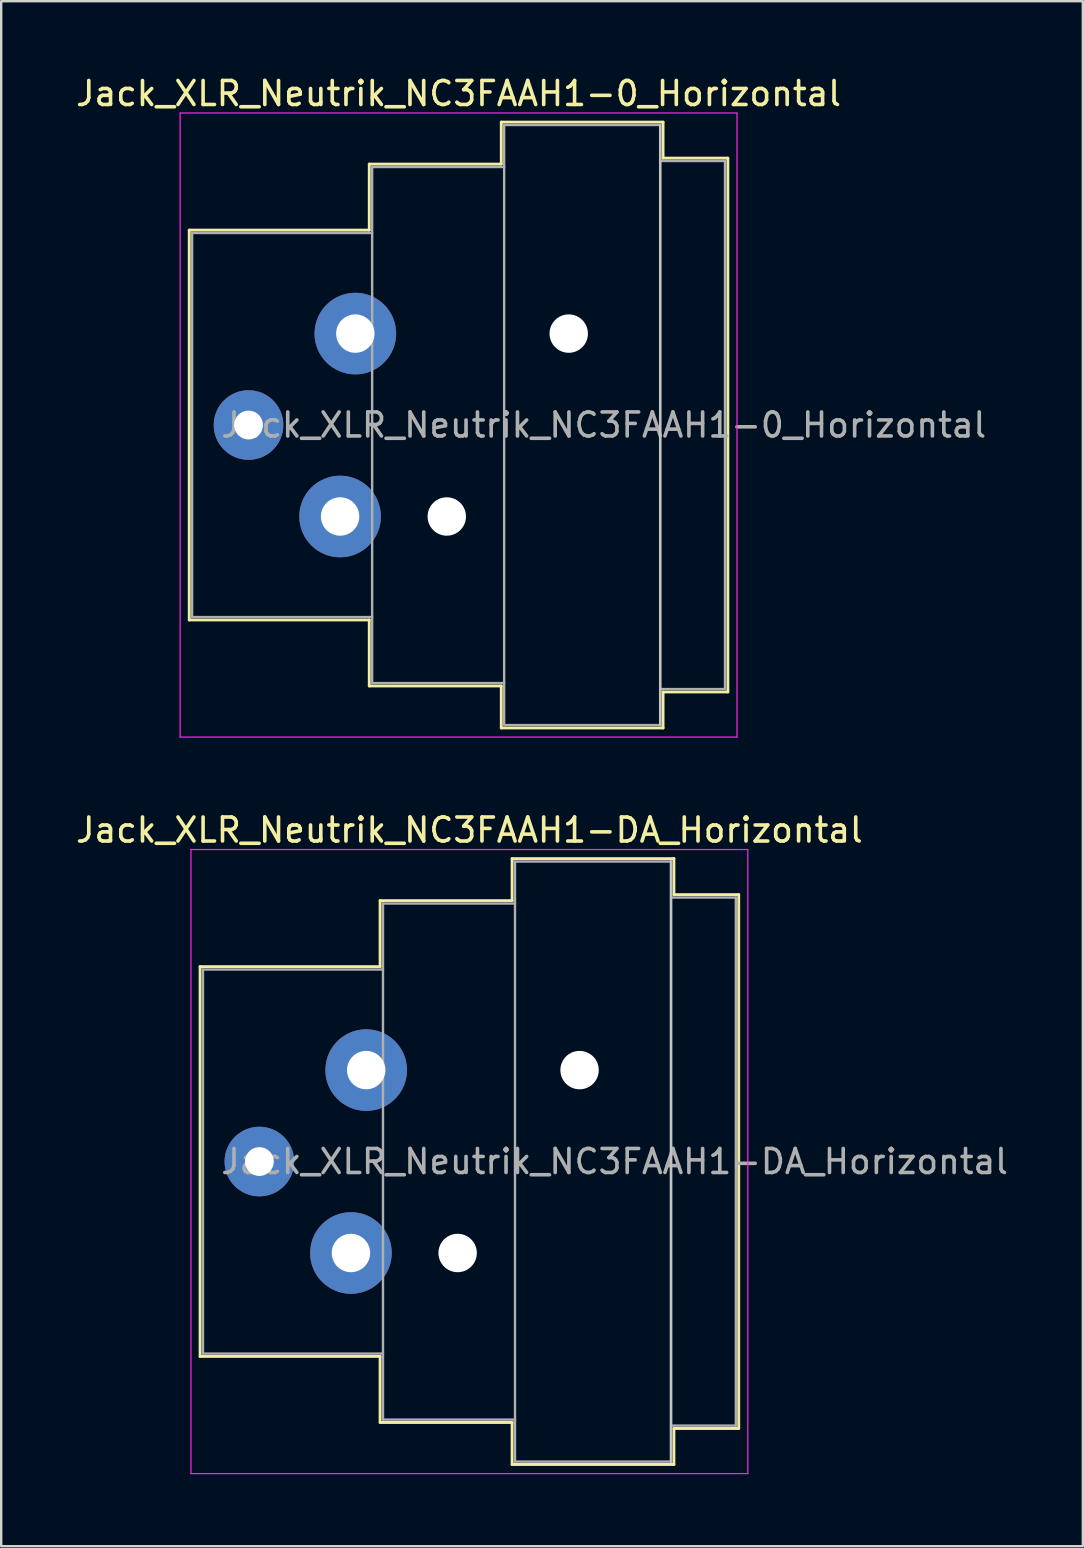
<source format=kicad_pcb>
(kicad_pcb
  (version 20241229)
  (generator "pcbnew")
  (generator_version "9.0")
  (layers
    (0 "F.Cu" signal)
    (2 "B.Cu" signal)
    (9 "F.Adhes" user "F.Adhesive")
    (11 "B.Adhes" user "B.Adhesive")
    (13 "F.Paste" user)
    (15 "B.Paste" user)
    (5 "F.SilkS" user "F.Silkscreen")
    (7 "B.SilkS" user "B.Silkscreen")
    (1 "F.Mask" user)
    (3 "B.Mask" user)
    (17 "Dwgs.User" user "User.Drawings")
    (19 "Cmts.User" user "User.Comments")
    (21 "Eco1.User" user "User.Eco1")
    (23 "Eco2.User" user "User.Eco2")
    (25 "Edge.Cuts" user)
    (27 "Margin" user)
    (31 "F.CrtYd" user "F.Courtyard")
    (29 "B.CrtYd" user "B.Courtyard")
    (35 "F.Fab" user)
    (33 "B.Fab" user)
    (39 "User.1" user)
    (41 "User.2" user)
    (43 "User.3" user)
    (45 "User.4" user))
  (footprint "Jack_XLR_Neutrik_NC3FAAH1-0_Horizontal"
    (layer "F.Cu")
    (at 11.754 10.848)
    (property "Reference" "Jack_XLR_Neutrik_NC3FAAH1-0_Horizontal" (at 4.3 -10 0) (layer "F.SilkS") (effects (font (size 1 1) (thickness 0.15))))
    (attr through_hole)
    (fp_line (start -6.92 -4.31) (end -6.92 11.93) (stroke (width 0.12) (type solid)) (layer "F.SilkS"))
    (fp_line (start 0.58 -7.06) (end 0.58 -4.31) (stroke (width 0.12) (type solid)) (layer "F.SilkS"))
    (fp_line (start 0.58 -4.31) (end -6.92 -4.31) (stroke (width 0.12) (type solid)) (layer "F.SilkS"))
    (fp_line (start 0.58 11.93) (end -6.92 11.93) (stroke (width 0.12) (type solid)) (layer "F.SilkS"))
    (fp_line (start 0.58 11.93) (end 0.58 14.68) (stroke (width 0.12) (type solid)) (layer "F.SilkS"))
    (fp_line (start 6.08 -7.06) (end 0.58 -7.06) (stroke (width 0.12) (type solid)) (layer "F.SilkS"))
    (fp_line (start 6.08 -7.06) (end 6.08 -8.81) (stroke (width 0.12) (type solid)) (layer "F.SilkS"))
    (fp_line (start 6.08 14.68) (end 0.58 14.68) (stroke (width 0.12) (type solid)) (layer "F.SilkS"))
    (fp_line (start 6.08 16.43) (end 6.08 14.68) (stroke (width 0.12) (type solid)) (layer "F.SilkS"))
    (fp_line (start 12.82 -8.81) (end 6.08 -8.81) (stroke (width 0.12) (type solid)) (layer "F.SilkS"))
    (fp_line (start 12.82 -8.81) (end 12.82 -7.31) (stroke (width 0.12) (type solid)) (layer "F.SilkS"))
    (fp_line (start 12.82 -7.31) (end 15.52 -7.31) (stroke (width 0.12) (type solid)) (layer "F.SilkS"))
    (fp_line (start 12.82 14.93) (end 12.82 16.43) (stroke (width 0.12) (type solid)) (layer "F.SilkS"))
    (fp_line (start 12.82 14.93) (end 15.52 14.93) (stroke (width 0.12) (type solid)) (layer "F.SilkS"))
    (fp_line (start 12.82 16.43) (end 6.08 16.43) (stroke (width 0.12) (type solid)) (layer "F.SilkS"))
    (fp_line (start 15.52 -7.31) (end 15.52 14.93) (stroke (width 0.12) (type solid)) (layer "F.SilkS"))
    (fp_line (start 12.7 -8.69) (end 12.7 16.31) (stroke (width 0.1) (type solid)) (layer "Dwgs.User"))
    (fp_line (start -7.3 -9.19) (end -7.3 16.81) (stroke (width 0.05) (type solid)) (layer "F.CrtYd"))
    (fp_line (start 15.9 -9.19) (end -7.3 -9.19) (stroke (width 0.05) (type solid)) (layer "F.CrtYd"))
    (fp_line (start 15.9 -9.19) (end 15.9 16.81) (stroke (width 0.05) (type solid)) (layer "F.CrtYd"))
    (fp_line (start 15.9 16.81) (end -7.3 16.81) (stroke (width 0.05) (type solid)) (layer "F.CrtYd"))
    (fp_line (start -6.8 -4.19) (end -6.8 11.81) (stroke (width 0.1) (type solid)) (layer "F.Fab"))
    (fp_line (start -6.8 11.81) (end 0.7 11.81) (stroke (width 0.1) (type solid)) (layer "F.Fab"))
    (fp_line (start 0.7 -6.94) (end 0.7 14.56) (stroke (width 0.1) (type solid)) (layer "F.Fab"))
    (fp_line (start 0.7 -4.19) (end -6.8 -4.19) (stroke (width 0.1) (type solid)) (layer "F.Fab"))
    (fp_line (start 0.7 14.56) (end 6.2 14.56) (stroke (width 0.1) (type solid)) (layer "F.Fab"))
    (fp_line (start 6.2 -8.69) (end 12.7 -8.69) (stroke (width 0.1) (type solid)) (layer "F.Fab"))
    (fp_line (start 6.2 -6.94) (end 0.7 -6.94) (stroke (width 0.1) (type solid)) (layer "F.Fab"))
    (fp_line (start 6.2 16.31) (end 6.2 -8.69) (stroke (width 0.1) (type solid)) (layer "F.Fab"))
    (fp_line (start 12.7 -8.69) (end 12.7 16.31) (stroke (width 0.1) (type solid)) (layer "F.Fab"))
    (fp_line (start 12.7 -7.19) (end 15.4 -7.19) (stroke (width 0.1) (type solid)) (layer "F.Fab"))
    (fp_line (start 12.7 16.31) (end 6.2 16.31) (stroke (width 0.1) (type solid)) (layer "F.Fab"))
    (fp_line (start 15.4 -7.19) (end 15.4 14.81) (stroke (width 0.1) (type solid)) (layer "F.Fab"))
    (fp_line (start 15.4 14.81) (end 12.7 14.81) (stroke (width 0.1) (type solid)) (layer "F.Fab"))
    (fp_text user "${REFERENCE}" (at 10.35 3.81 0) (layer "F.Fab") (effects (font (size 1 1) (thickness 0.15))))
    (pad "" np_thru_hole circle (at 3.81 7.62) (size 1.6 1.6) (drill 1.6) (layers "*.Cu" "*.Mask"))
    (pad "" np_thru_hole circle (at 8.89 0) (size 1.6 1.6) (drill 1.6) (layers "*.Cu" "*.Mask"))
    (pad "1" thru_hole circle (at 0 0) (size 3.4 3.4) (drill 1.6) (layers "*.Cu" "*.Mask"))
    (pad "2" thru_hole circle (at -0.635 7.62) (size 3.4 3.4) (drill 1.6) (layers "*.Cu" "*.Mask"))
    (pad "3" thru_hole circle (at -4.45 3.81) (size 2.9 2.9) (drill 1.2) (layers "*.Cu" "*.Mask")))
  (footprint "Jack_XLR_Neutrik_NC3FAAH1-DA_Horizontal"
    (layer "F.Cu")
    (at 12.206 41.532)
    (property "Reference" "Jack_XLR_Neutrik_NC3FAAH1-DA_Horizontal" (at 4.3 -10 0) (layer "F.SilkS") (effects (font (size 1 1) (thickness 0.15))))
    (attr through_hole)
    (fp_line (start -6.92 -4.31) (end -6.92 11.93) (stroke (width 0.12) (type solid)) (layer "F.SilkS"))
    (fp_line (start 0.58 -7.06) (end 0.58 -4.31) (stroke (width 0.12) (type solid)) (layer "F.SilkS"))
    (fp_line (start 0.58 -4.31) (end -6.92 -4.31) (stroke (width 0.12) (type solid)) (layer "F.SilkS"))
    (fp_line (start 0.58 11.93) (end -6.92 11.93) (stroke (width 0.12) (type solid)) (layer "F.SilkS"))
    (fp_line (start 0.58 11.93) (end 0.58 14.68) (stroke (width 0.12) (type solid)) (layer "F.SilkS"))
    (fp_line (start 6.08 -7.06) (end 0.58 -7.06) (stroke (width 0.12) (type solid)) (layer "F.SilkS"))
    (fp_line (start 6.08 -7.06) (end 6.08 -8.81) (stroke (width 0.12) (type solid)) (layer "F.SilkS"))
    (fp_line (start 6.08 14.68) (end 0.58 14.68) (stroke (width 0.12) (type solid)) (layer "F.SilkS"))
    (fp_line (start 6.08 16.43) (end 6.08 14.68) (stroke (width 0.12) (type solid)) (layer "F.SilkS"))
    (fp_line (start 12.82 -8.81) (end 6.08 -8.81) (stroke (width 0.12) (type solid)) (layer "F.SilkS"))
    (fp_line (start 12.82 -8.81) (end 12.82 -7.31) (stroke (width 0.12) (type solid)) (layer "F.SilkS"))
    (fp_line (start 12.82 -7.31) (end 15.52 -7.31) (stroke (width 0.12) (type solid)) (layer "F.SilkS"))
    (fp_line (start 12.82 14.93) (end 12.82 16.43) (stroke (width 0.12) (type solid)) (layer "F.SilkS"))
    (fp_line (start 12.82 14.93) (end 15.52 14.93) (stroke (width 0.12) (type solid)) (layer "F.SilkS"))
    (fp_line (start 12.82 16.43) (end 6.08 16.43) (stroke (width 0.12) (type solid)) (layer "F.SilkS"))
    (fp_line (start 15.52 -7.31) (end 15.52 14.93) (stroke (width 0.12) (type solid)) (layer "F.SilkS"))
    (fp_line (start 12.7 -8.69) (end 12.7 16.31) (stroke (width 0.1) (type solid)) (layer "Dwgs.User"))
    (fp_line (start -7.3 -9.19) (end -7.3 16.81) (stroke (width 0.05) (type solid)) (layer "F.CrtYd"))
    (fp_line (start 15.9 -9.19) (end -7.3 -9.19) (stroke (width 0.05) (type solid)) (layer "F.CrtYd"))
    (fp_line (start 15.9 -9.19) (end 15.9 16.81) (stroke (width 0.05) (type solid)) (layer "F.CrtYd"))
    (fp_line (start 15.9 16.81) (end -7.3 16.81) (stroke (width 0.05) (type solid)) (layer "F.CrtYd"))
    (fp_line (start -6.8 -4.19) (end -6.8 11.81) (stroke (width 0.1) (type solid)) (layer "F.Fab"))
    (fp_line (start -6.8 11.81) (end 0.7 11.81) (stroke (width 0.1) (type solid)) (layer "F.Fab"))
    (fp_line (start 0.7 -6.94) (end 0.7 14.56) (stroke (width 0.1) (type solid)) (layer "F.Fab"))
    (fp_line (start 0.7 -4.19) (end -6.8 -4.19) (stroke (width 0.1) (type solid)) (layer "F.Fab"))
    (fp_line (start 0.7 14.56) (end 6.2 14.56) (stroke (width 0.1) (type solid)) (layer "F.Fab"))
    (fp_line (start 6.2 -8.69) (end 12.7 -8.69) (stroke (width 0.1) (type solid)) (layer "F.Fab"))
    (fp_line (start 6.2 -6.94) (end 0.7 -6.94) (stroke (width 0.1) (type solid)) (layer "F.Fab"))
    (fp_line (start 6.2 16.31) (end 6.2 -8.69) (stroke (width 0.1) (type solid)) (layer "F.Fab"))
    (fp_line (start 12.7 -8.69) (end 12.7 16.31) (stroke (width 0.1) (type solid)) (layer "F.Fab"))
    (fp_line (start 12.7 -7.19) (end 15.4 -7.19) (stroke (width 0.1) (type solid)) (layer "F.Fab"))
    (fp_line (start 12.7 16.31) (end 6.2 16.31) (stroke (width 0.1) (type solid)) (layer "F.Fab"))
    (fp_line (start 15.4 -7.19) (end 15.4 14.81) (stroke (width 0.1) (type solid)) (layer "F.Fab"))
    (fp_line (start 15.4 14.81) (end 12.7 14.81) (stroke (width 0.1) (type solid)) (layer "F.Fab"))
    (fp_text user "${REFERENCE}" (at 10.35 3.81 0) (layer "F.Fab") (effects (font (size 1 1) (thickness 0.15))))
    (pad "" np_thru_hole circle (at 3.81 7.62) (size 1.6 1.6) (drill 1.6) (layers "*.Cu" "*.Mask"))
    (pad "" np_thru_hole circle (at 8.89 0) (size 1.6 1.6) (drill 1.6) (layers "*.Cu" "*.Mask"))
    (pad "1" thru_hole circle (at 0 0) (size 3.4 3.4) (drill 1.6) (layers "*.Cu" "*.Mask"))
    (pad "2" thru_hole circle (at -0.635 7.62) (size 3.4 3.4) (drill 1.6) (layers "*.Cu" "*.Mask"))
    (pad "3" thru_hole circle (at -4.45 3.81) (size 2.9 2.9) (drill 1.2) (layers "*.Cu" "*.Mask")))
  (gr_rect
    (start -3 -3)
    (end 42.062 61.367)
    (stroke (width 0.1) (type default))
    (fill no)
    (layer "Edge.Cuts")))
</source>
